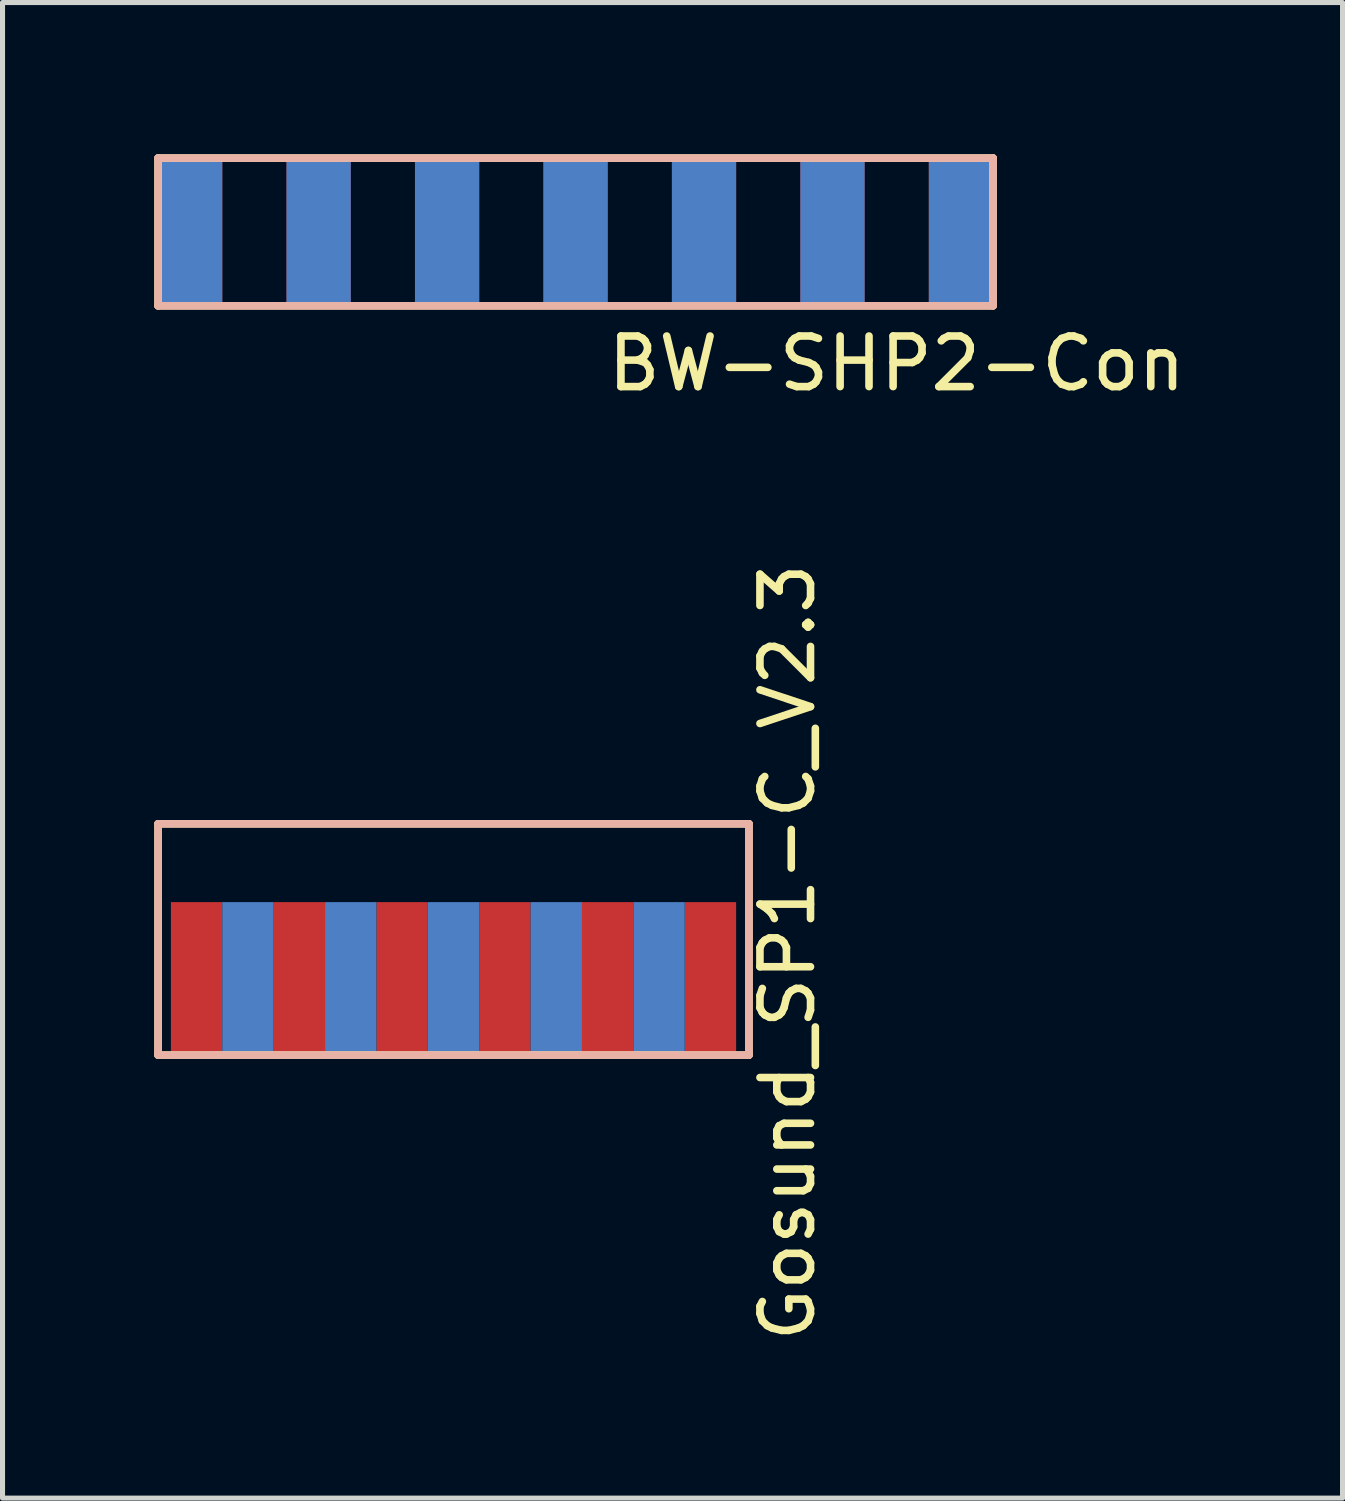
<source format=kicad_pcb>
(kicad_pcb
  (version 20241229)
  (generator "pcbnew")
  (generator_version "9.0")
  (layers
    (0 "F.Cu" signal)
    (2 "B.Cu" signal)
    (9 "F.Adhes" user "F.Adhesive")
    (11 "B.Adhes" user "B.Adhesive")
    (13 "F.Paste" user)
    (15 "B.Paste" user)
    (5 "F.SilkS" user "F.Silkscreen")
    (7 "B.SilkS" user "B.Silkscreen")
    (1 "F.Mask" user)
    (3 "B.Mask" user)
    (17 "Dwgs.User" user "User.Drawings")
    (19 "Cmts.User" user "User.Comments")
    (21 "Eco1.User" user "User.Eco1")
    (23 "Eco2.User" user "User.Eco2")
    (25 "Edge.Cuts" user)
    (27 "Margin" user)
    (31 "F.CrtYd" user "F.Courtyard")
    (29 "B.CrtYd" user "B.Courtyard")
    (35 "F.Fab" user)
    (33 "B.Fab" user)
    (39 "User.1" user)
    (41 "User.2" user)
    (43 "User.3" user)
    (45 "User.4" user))
  (footprint "Gosund_SP1-C_V2.3"
    (layer "F.Cu")
    (at 0.837 16.287)
    (property "Reference" "Gosund_SP1-C_V2.3" (at 11.684 -0.508 90) (layer "F.SilkS") (effects (font (size 1 1) (thickness 0.15))))
    (attr through_hole)
    (fp_line (start -0.762 -3.048) (end -0.762 1.524) (stroke (width 0.15) (type solid)) (layer "F.SilkS"))
    (fp_line (start -0.762 1.524) (end 10.922 1.524) (stroke (width 0.15) (type solid)) (layer "F.SilkS"))
    (fp_line (start 10.922 -3.048) (end -0.762 -3.048) (stroke (width 0.15) (type solid)) (layer "F.SilkS"))
    (fp_line (start 10.922 1.524) (end 10.922 -3.048) (stroke (width 0.15) (type solid)) (layer "F.SilkS"))
    (fp_line (start -0.762 -3.048) (end -0.762 1.524) (stroke (width 0.15) (type solid)) (layer "B.SilkS"))
    (fp_line (start -0.762 1.524) (end 10.922 1.524) (stroke (width 0.15) (type solid)) (layer "B.SilkS"))
    (fp_line (start 10.922 -3.048) (end -0.762 -3.048) (stroke (width 0.15) (type solid)) (layer "B.SilkS"))
    (fp_line (start 10.922 1.524) (end 10.922 -3.048) (stroke (width 0.15) (type solid)) (layer "B.SilkS"))
    (pad "BUT" smd rect (at 6.096 0 90) (size 3 1.016) (layers "F.Cu" "F.Mask" "F.Paste"))
    (pad "CF" smd rect (at 3.048 0 90) (size 3 1.016) (layers "B.Cu" "B.Mask" "B.Paste"))
    (pad "CF1" smd rect (at 1.016 0 90) (size 3 1.016) (layers "B.Cu" "B.Mask" "B.Paste"))
    (pad "GND" smd rect (at 2.032 0 90) (size 3 1.016) (layers "F.Cu" "F.Mask" "F.Paste"))
    (pad "REL" smd rect (at 10.16 0 90) (size 3 1.016) (layers "F.Cu" "F.Mask" "F.Paste"))
    (pad "RX" smd rect (at 7.112 0 90) (size 3 1.016) (layers "B.Cu" "B.Mask" "B.Paste"))
    (pad "SEL" smd rect (at 8.128 0 90) (size 3 1.016) (layers "F.Cu" "F.Mask" "F.Paste"))
    (pad "TX" smd rect (at 9.144 0 90) (size 3 1.016) (layers "B.Cu" "B.Mask" "B.Paste"))
    (pad "VCC" smd rect (at 0 0 90) (size 3 1.016) (layers "F.Cu" "F.Mask" "F.Paste"))
    (pad "bLED" smd rect (at 5.08 0 90) (size 3 1.016) (layers "B.Cu" "B.Mask" "B.Paste"))
    (pad "rLED" smd rect (at 4.064 0 90) (size 3 1.016) (layers "F.Cu" "F.Mask" "F.Paste")))
  (footprint "BW-SHP2-Con"
    (layer "F.Cu")
    (at 8.33 1.599)
    (property "Reference" "BW-SHP2-Con" (at 6.35 2.54 0) (layer "F.SilkS") (effects (font (size 1 1) (thickness 0.15))))
    (attr through_hole)
    (fp_line (start -8.255 -1.524) (end 8.255 -1.524) (stroke (width 0.15) (type solid)) (layer "F.SilkS"))
    (fp_line (start -8.255 1.397) (end -8.255 -1.524) (stroke (width 0.15) (type solid)) (layer "F.SilkS"))
    (fp_line (start 8.255 -1.524) (end 8.255 1.397) (stroke (width 0.15) (type solid)) (layer "F.SilkS"))
    (fp_line (start 8.255 1.397) (end -8.255 1.397) (stroke (width 0.15) (type solid)) (layer "F.SilkS"))
    (fp_line (start -8.255 -1.524) (end -8.255 1.397) (stroke (width 0.15) (type solid)) (layer "B.SilkS"))
    (fp_line (start 8.255 -1.524) (end -8.255 -1.524) (stroke (width 0.15) (type solid)) (layer "B.SilkS"))
    (fp_line (start 8.255 1.397) (end -8.255 1.397) (stroke (width 0.15) (type solid)) (layer "B.SilkS"))
    (fp_line (start 8.255 1.397) (end 8.255 -1.524) (stroke (width 0.15) (type solid)) (layer "B.SilkS"))
    (pad "1" smd rect (at 7.62 0 270) (size 2.9 1.27) (layers "F.Mask" "B.Cu" "F.Paste"))
    (pad "2" smd rect (at 7.62 0 270) (size 2.9 1.27) (layers "F.Cu" "F.Mask" "F.Paste"))
    (pad "3" smd rect (at 5.08 0 270) (size 2.9 1.27) (layers "F.Mask" "B.Cu" "F.Paste"))
    (pad "4" smd rect (at 5.08 0 270) (size 2.9 1.27) (layers "F.Cu" "F.Mask" "F.Paste"))
    (pad "5" smd rect (at 2.54 0 270) (size 2.9 1.27) (layers "F.Mask" "B.Cu" "F.Paste"))
    (pad "6" smd rect (at 2.54 0 270) (size 2.9 1.27) (layers "F.Cu" "F.Mask" "F.Paste"))
    (pad "7" smd rect (at 0 0 270) (size 2.9 1.27) (layers "F.Mask" "B.Cu" "F.Paste"))
    (pad "8" smd rect (at 0 0 270) (size 2.9 1.27) (layers "F.Cu" "F.Mask" "F.Paste"))
    (pad "9" smd rect (at -2.54 0 270) (size 2.9 1.27) (layers "F.Mask" "B.Cu" "F.Paste"))
    (pad "10" smd rect (at -2.54 0 270) (size 2.9 1.27) (layers "F.Cu" "F.Mask" "F.Paste"))
    (pad "11" smd rect (at -5.08 0 270) (size 2.9 1.27) (layers "F.Mask" "B.Cu" "F.Paste"))
    (pad "12" smd rect (at -5.08 0 270) (size 2.9 1.27) (layers "F.Cu" "F.Mask" "F.Paste"))
    (pad "13" smd rect (at -7.62 0 270) (size 2.9 1.27) (layers "F.Mask" "B.Cu" "F.Paste"))
    (pad "14" smd rect (at -7.62 0 270) (size 2.9 1.27) (layers "F.Cu" "F.Mask" "F.Paste")))
  (gr_rect
    (start -3 -3)
    (end 23.495 26.571)
    (stroke (width 0.1) (type default))
    (fill no)
    (layer "Edge.Cuts")))
</source>
